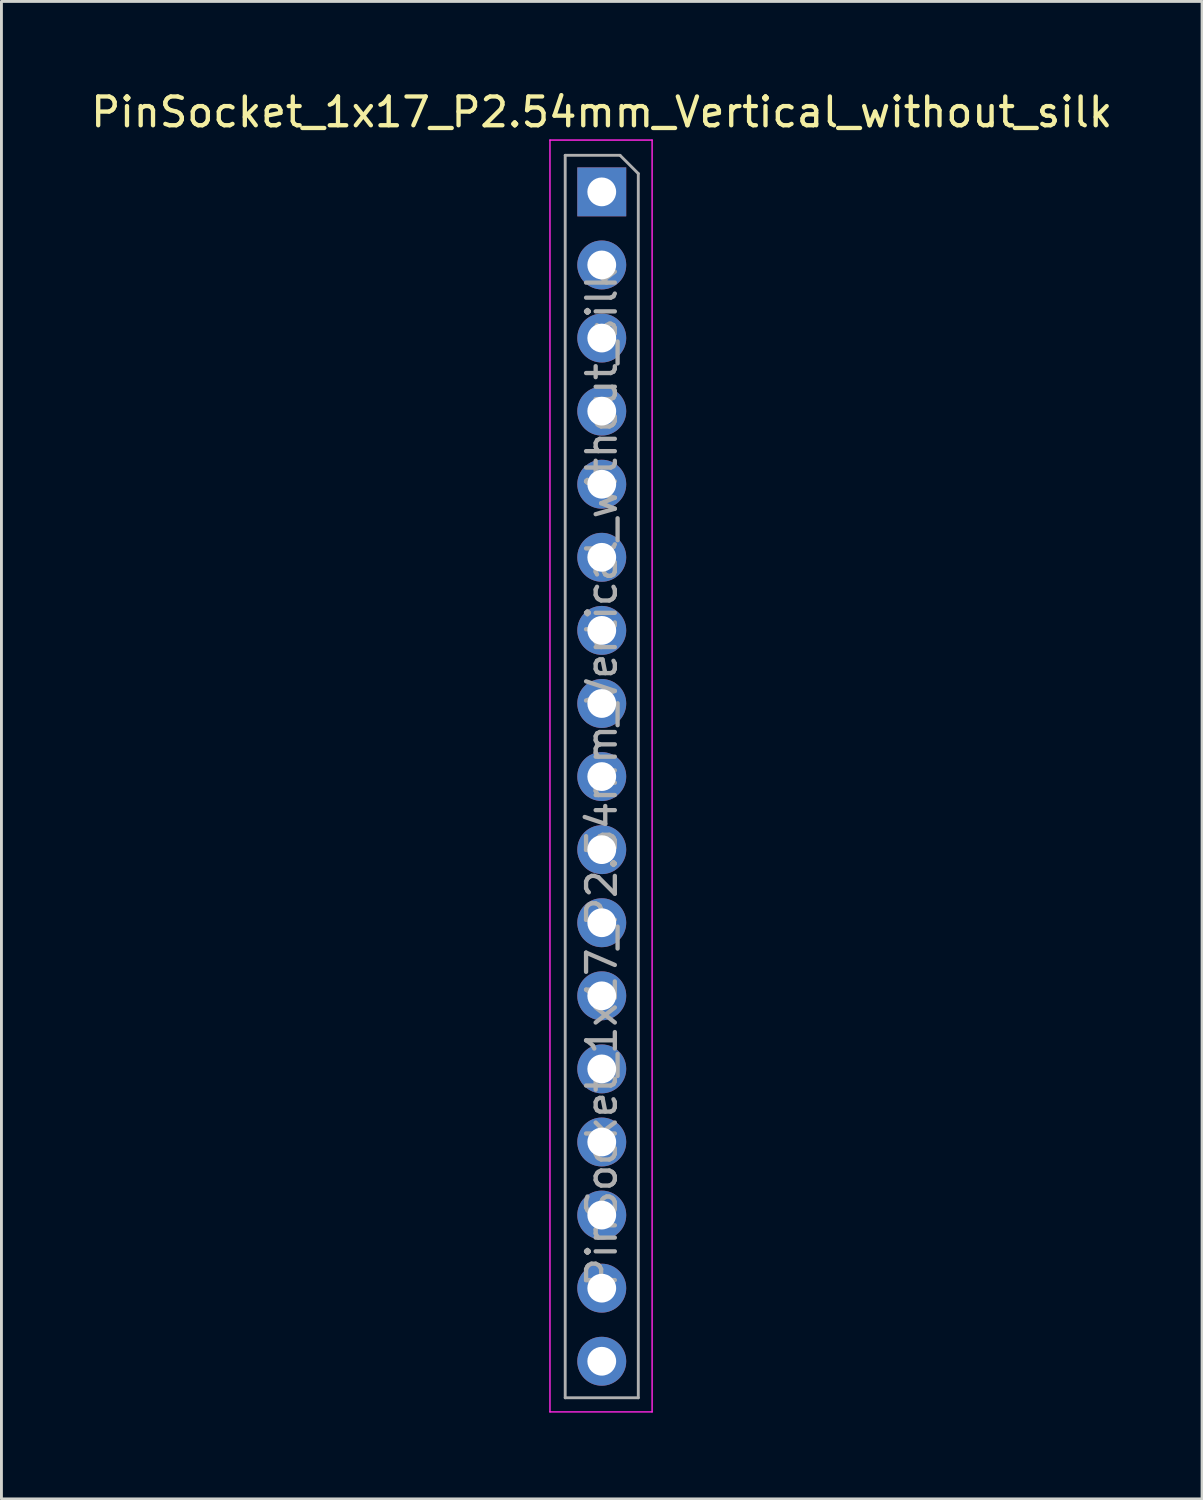
<source format=kicad_pcb>
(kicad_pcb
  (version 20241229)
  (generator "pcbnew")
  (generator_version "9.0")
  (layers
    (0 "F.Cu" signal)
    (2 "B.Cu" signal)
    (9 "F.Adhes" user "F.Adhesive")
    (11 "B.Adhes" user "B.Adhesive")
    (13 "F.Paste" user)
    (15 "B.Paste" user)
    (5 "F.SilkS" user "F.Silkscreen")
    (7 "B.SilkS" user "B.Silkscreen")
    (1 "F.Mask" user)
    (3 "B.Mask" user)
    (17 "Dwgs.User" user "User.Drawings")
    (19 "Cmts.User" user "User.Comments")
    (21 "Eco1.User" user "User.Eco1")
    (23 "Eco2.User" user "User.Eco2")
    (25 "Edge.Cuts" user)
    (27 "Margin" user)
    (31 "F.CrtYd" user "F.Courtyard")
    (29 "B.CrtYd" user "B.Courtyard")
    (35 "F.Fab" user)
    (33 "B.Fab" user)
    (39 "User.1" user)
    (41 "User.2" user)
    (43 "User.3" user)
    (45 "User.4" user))
  (footprint "PinSocket_1x17_P2.54mm_Vertical_without_silk"
    (layer "F.Cu")
    (at 17.863 3.618)
    (property "Reference" "PinSocket_1x17_P2.54mm_Vertical_without_silk" (at 0 -2.77 0) (layer "F.SilkS") (effects (font (size 1 1) (thickness 0.15))))
    (attr through_hole)
    (fp_line (start -1.8 -1.8) (end 1.75 -1.8) (stroke (width 0.05) (type solid)) (layer "F.CrtYd"))
    (fp_line (start -1.8 42.4) (end -1.8 -1.8) (stroke (width 0.05) (type solid)) (layer "F.CrtYd"))
    (fp_line (start 1.75 -1.8) (end 1.75 42.4) (stroke (width 0.05) (type solid)) (layer "F.CrtYd"))
    (fp_line (start 1.75 42.4) (end -1.8 42.4) (stroke (width 0.05) (type solid)) (layer "F.CrtYd"))
    (fp_line (start -1.27 -1.27) (end 0.635 -1.27) (stroke (width 0.1) (type solid)) (layer "F.Fab"))
    (fp_line (start -1.27 41.91) (end -1.27 -1.27) (stroke (width 0.1) (type solid)) (layer "F.Fab"))
    (fp_line (start 0.635 -1.27) (end 1.27 -0.635) (stroke (width 0.1) (type solid)) (layer "F.Fab"))
    (fp_line (start 1.27 -0.635) (end 1.27 41.91) (stroke (width 0.1) (type solid)) (layer "F.Fab"))
    (fp_line (start 1.27 41.91) (end -1.27 41.91) (stroke (width 0.1) (type solid)) (layer "F.Fab"))
    (fp_text user "${REFERENCE}" (at 0 20.32 90) (layer "F.Fab") (effects (font (size 1 1) (thickness 0.15))))
    (pad "1" thru_hole rect (at 0 0) (size 1.7 1.7) (drill 1) (layers "*.Cu" "*.Mask"))
    (pad "2" thru_hole oval (at 0 2.54) (size 1.7 1.7) (drill 1) (layers "*.Cu" "*.Mask"))
    (pad "3" thru_hole oval (at 0 5.08) (size 1.7 1.7) (drill 1) (layers "*.Cu" "*.Mask"))
    (pad "4" thru_hole oval (at 0 7.62) (size 1.7 1.7) (drill 1) (layers "*.Cu" "*.Mask"))
    (pad "5" thru_hole oval (at 0 10.16) (size 1.7 1.7) (drill 1) (layers "*.Cu" "*.Mask"))
    (pad "6" thru_hole oval (at 0 12.7) (size 1.7 1.7) (drill 1) (layers "*.Cu" "*.Mask"))
    (pad "7" thru_hole oval (at 0 15.24) (size 1.7 1.7) (drill 1) (layers "*.Cu" "*.Mask"))
    (pad "8" thru_hole oval (at 0 17.78) (size 1.7 1.7) (drill 1) (layers "*.Cu" "*.Mask"))
    (pad "9" thru_hole oval (at 0 20.32) (size 1.7 1.7) (drill 1) (layers "*.Cu" "*.Mask"))
    (pad "10" thru_hole oval (at 0 22.86) (size 1.7 1.7) (drill 1) (layers "*.Cu" "*.Mask"))
    (pad "11" thru_hole oval (at 0 25.4) (size 1.7 1.7) (drill 1) (layers "*.Cu" "*.Mask"))
    (pad "12" thru_hole oval (at 0 27.94) (size 1.7 1.7) (drill 1) (layers "*.Cu" "*.Mask"))
    (pad "13" thru_hole oval (at 0 30.48) (size 1.7 1.7) (drill 1) (layers "*.Cu" "*.Mask"))
    (pad "14" thru_hole oval (at 0 33.02) (size 1.7 1.7) (drill 1) (layers "*.Cu" "*.Mask"))
    (pad "15" thru_hole oval (at 0 35.56) (size 1.7 1.7) (drill 1) (layers "*.Cu" "*.Mask"))
    (pad "16" thru_hole oval (at 0 38.1) (size 1.7 1.7) (drill 1) (layers "*.Cu" "*.Mask"))
    (pad "17" thru_hole oval (at 0 40.64) (size 1.7 1.7) (drill 1) (layers "*.Cu" "*.Mask")))
  (gr_rect
    (start -3 -3)
    (end 38.726 49.043)
    (stroke (width 0.1) (type default))
    (fill no)
    (layer "Edge.Cuts")))
</source>
